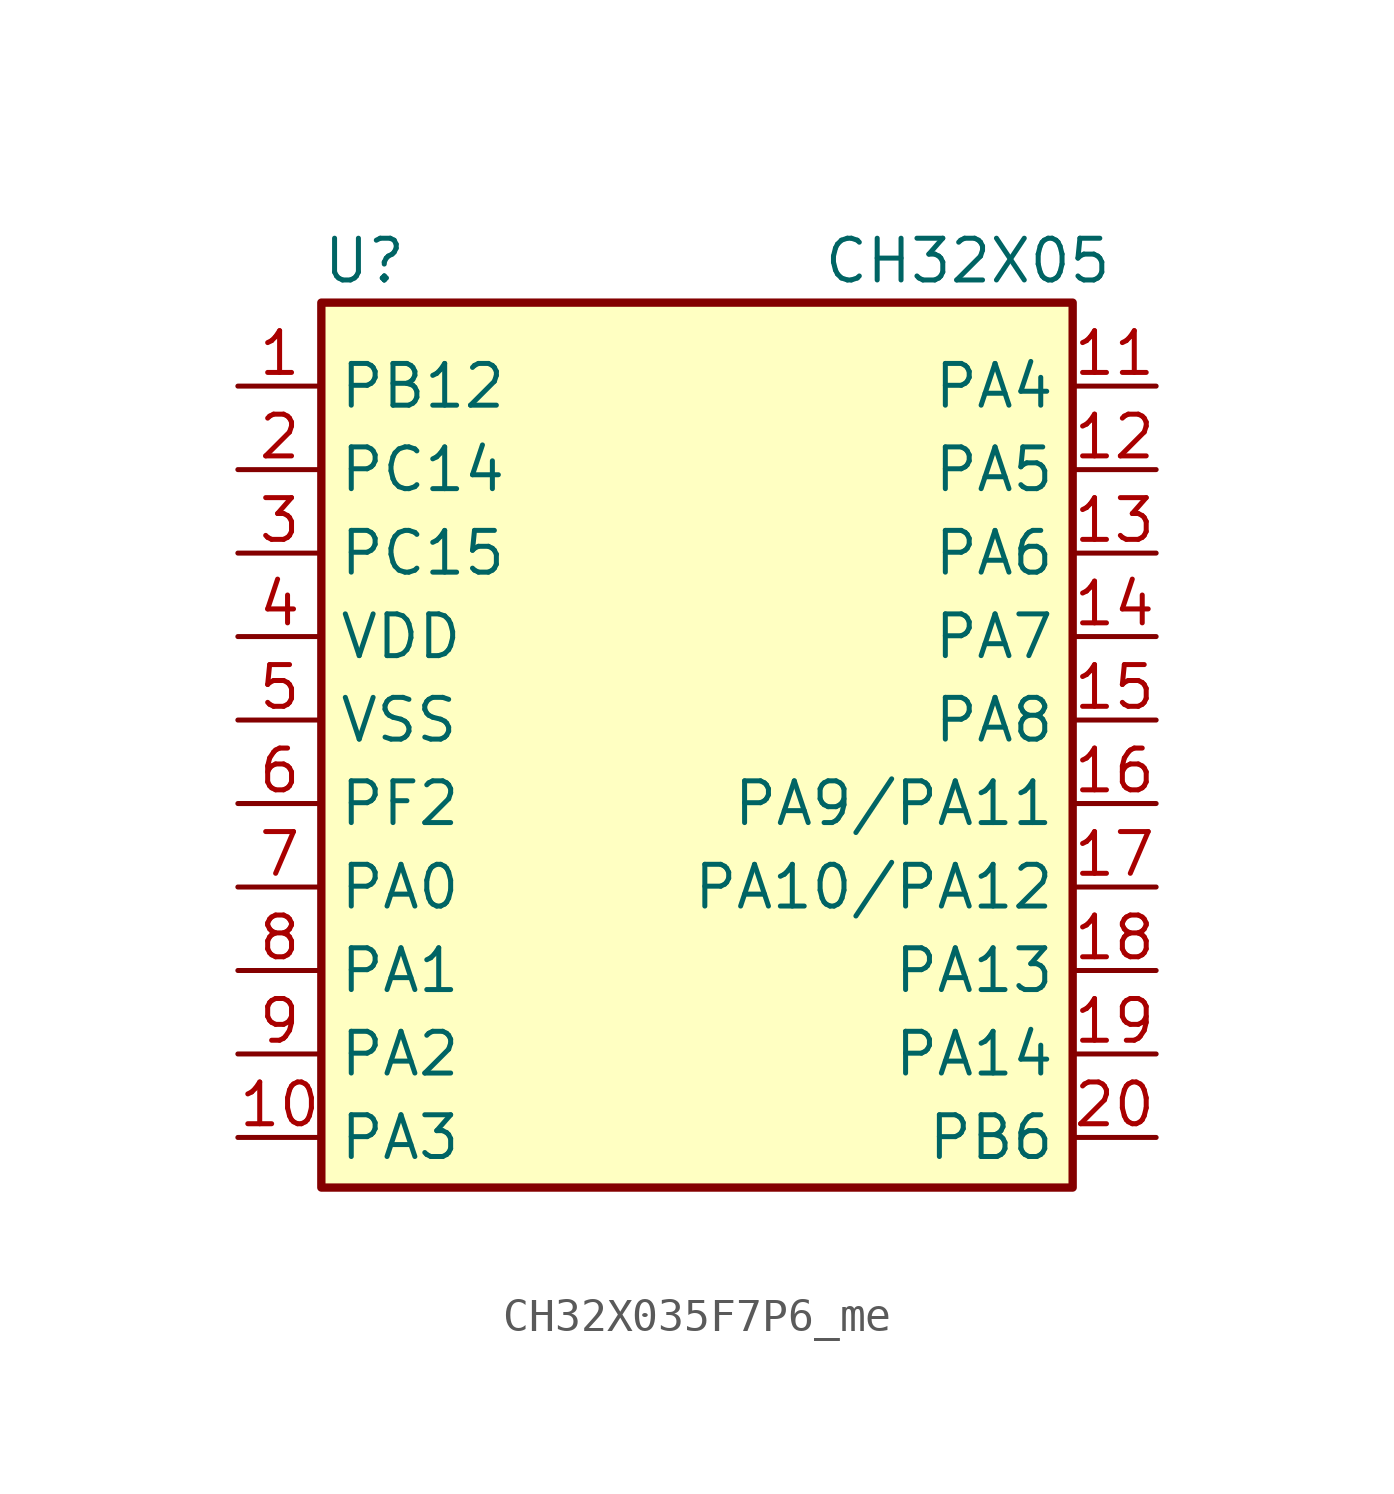
<source format=kicad_sym>
(kicad_symbol_lib
  (version 20231120)
  (generator "kicad_symbol_editor")
  (generator_version "8.0")
  (symbol "CH32X035F7P6_me"
    (property "Reference" "U"
      (at -10.16 21.59 0)
      (effects (font (size 1.27 1.27)) (justify left)))
    (property "Value" "CH32X05"
      (at 5.08 21.59 0)
      (effects (font (size 1.27 1.27)) (justify left)))
    (property "ki_locked" ""
      (at 0 0 0)
      (effects (font (size 1.27 1.27))))
    (symbol "CH32X035F7P6_me_0_1"
      (rectangle (start -10.16 20.32) (end 12.7 -6.604) (stroke (width 0.254) (type default)) (fill (type background))))
    (symbol "CH32X035F7P6_me_1_1"
      (pin bidirectional line (at -12.7 17.78 0) (length 2.54) (name "PB12" (effects (font (size 1.27 1.27)))) (number "1" (effects (font (size 1.27 1.27)))) (alternate "I2C1_SCL" bidirectional line) (alternate "I2C1_SDA" bidirectional line) (alternate "RTC_REFIN" bidirectional line) (alternate "TIM16_CH1" bidirectional line) (alternate "TIM17_CH1N" bidirectional line) (alternate "TIM1_CH4" bidirectional line) (alternate "TIM3_CH1" bidirectional line) (alternate "TIM3_CH4" bidirectional line) (alternate "USART1_RX" bidirectional line) (alternate "USART2_CTS" bidirectional line) (alternate "USART2_NSS" bidirectional line))
      (pin bidirectional line (at -12.7 -5.08 0) (length 2.54) (name "PA3" (effects (font (size 1.27 1.27)))) (number "10" (effects (font (size 1.27 1.27)))) (alternate "ADC1_IN3" bidirectional line) (alternate "TIM1_CH1N" bidirectional line) (alternate "TIM1_CH4" bidirectional line) (alternate "USART2_RX" bidirectional line))
      (pin bidirectional line (at 15.24 17.78 180) (length 2.54) (name "PA4" (effects (font (size 1.27 1.27)))) (number "11" (effects (font (size 1.27 1.27)))) (alternate "ADC1_IN4" bidirectional line) (alternate "I2S1_WS" bidirectional line) (alternate "PWR_WKUP2" bidirectional line) (alternate "RTC_OUT1" bidirectional line) (alternate "RTC_TS" bidirectional line) (alternate "SPI1_NSS" bidirectional line) (alternate "TIM14_CH1" bidirectional line) (alternate "TIM17_CH1N" bidirectional line) (alternate "TIM1_CH2N" bidirectional line) (alternate "USART2_TX" bidirectional line))
      (pin bidirectional line (at 15.24 15.24 180) (length 2.54) (name "PA5" (effects (font (size 1.27 1.27)))) (number "12" (effects (font (size 1.27 1.27)))) (alternate "ADC1_IN5" bidirectional line) (alternate "I2S1_CK" bidirectional line) (alternate "SPI1_SCK" bidirectional line) (alternate "TIM1_CH1" bidirectional line) (alternate "TIM1_CH3N" bidirectional line) (alternate "USART2_RX" bidirectional line))
      (pin bidirectional line (at 15.24 12.7 180) (length 2.54) (name "PA6" (effects (font (size 1.27 1.27)))) (number "13" (effects (font (size 1.27 1.27)))) (alternate "ADC1_IN6" bidirectional line) (alternate "I2S1_MCK" bidirectional line) (alternate "SPI1_MISO" bidirectional line) (alternate "TIM16_CH1" bidirectional line) (alternate "TIM1_BKIN" bidirectional line) (alternate "TIM3_CH1" bidirectional line))
      (pin bidirectional line (at 15.24 10.16 180) (length 2.54) (name "PA7" (effects (font (size 1.27 1.27)))) (number "14" (effects (font (size 1.27 1.27)))) (alternate "ADC1_IN7" bidirectional line) (alternate "I2S1_SD" bidirectional line) (alternate "SPI1_MOSI" bidirectional line) (alternate "TIM14_CH1" bidirectional line) (alternate "TIM17_CH1" bidirectional line) (alternate "TIM1_CH1N" bidirectional line) (alternate "TIM3_CH2" bidirectional line))
      (pin bidirectional line (at 15.24 7.62 180) (length 2.54) (name "PA8" (effects (font (size 1.27 1.27)))) (number "15" (effects (font (size 1.27 1.27)))) (alternate "ADC1_IN8" bidirectional line) (alternate "I2S1_WS" bidirectional line) (alternate "RCC_MCO" bidirectional line) (alternate "RCC_MCO_2" bidirectional line) (alternate "SPI1_NSS" bidirectional line) (alternate "TIM14_CH1" bidirectional line) (alternate "TIM1_CH1" bidirectional line) (alternate "TIM1_CH2N" bidirectional line) (alternate "TIM1_CH3N" bidirectional line) (alternate "TIM3_CH3" bidirectional line) (alternate "TIM3_CH4" bidirectional line) (alternate "USART1_RX" bidirectional line) (alternate "USART2_TX" bidirectional line))
      (pin bidirectional line (at 15.24 5.08 180) (length 2.54) (name "PA9/PA11" (effects (font (size 1.27 1.27)))) (number "16" (effects (font (size 1.27 1.27)))) (alternate "I2C1_SCL" bidirectional line) (alternate "RCC_MCO" bidirectional line) (alternate "TIM1_CH2" bidirectional line) (alternate "TIM3_ETR" bidirectional line) (alternate "USART1_TX" bidirectional line))
      (pin bidirectional line (at 15.24 2.54 180) (length 2.54) (name "PA10/PA12" (effects (font (size 1.27 1.27)))) (number "17" (effects (font (size 1.27 1.27)))) (alternate "I2C1_SDA" bidirectional line) (alternate "RCC_MCO_2" bidirectional line) (alternate "TIM17_BKIN" bidirectional line) (alternate "TIM1_CH3" bidirectional line) (alternate "USART1_RX" bidirectional line))
      (pin bidirectional line (at 15.24 0 180) (length 2.54) (name "PA13" (effects (font (size 1.27 1.27)))) (number "18" (effects (font (size 1.27 1.27)))) (alternate "ADC1_IN13" bidirectional line) (alternate "DEBUG_SWDIO" bidirectional line) (alternate "IR_OUT" bidirectional line) (alternate "TIM3_ETR" bidirectional line) (alternate "USART2_RX" bidirectional line))
      (pin bidirectional line (at 15.24 -2.54 180) (length 2.54) (name "PA14" (effects (font (size 1.27 1.27)))) (number "19" (effects (font (size 1.27 1.27)))) (alternate "ADC1_IN14" bidirectional line) (alternate "DEBUG_SWCLK" bidirectional line) (alternate "I2S1_WS" bidirectional line) (alternate "RCC_MCO_2" bidirectional line) (alternate "SPI1_NSS" bidirectional line) (alternate "TIM1_CH1" bidirectional line) (alternate "USART1_CK" bidirectional line) (alternate "USART1_DE" bidirectional line) (alternate "USART1_RTS" bidirectional line) (alternate "USART2_RX" bidirectional line) (alternate "USART2_TX" bidirectional line))
      (pin bidirectional line (at -12.7 15.24 0) (length 2.54) (name "PC14" (effects (font (size 1.27 1.27)))) (number "2" (effects (font (size 1.27 1.27)))) (alternate "I2C1_SDA" bidirectional line) (alternate "IR_OUT" bidirectional line) (alternate "RCC_OSCX_IN" bidirectional line) (alternate "TIM17_CH1" bidirectional line) (alternate "TIM1_BKIN2" bidirectional line) (alternate "TIM1_ETR" bidirectional line) (alternate "TIM3_CH2" bidirectional line) (alternate "USART1_TX" bidirectional line) (alternate "USART2_CK" bidirectional line) (alternate "USART2_DE" bidirectional line) (alternate "USART2_RTS" bidirectional line))
      (pin bidirectional line (at 15.24 -5.08 180) (length 2.54) (name "PB6" (effects (font (size 1.27 1.27)))) (number "20" (effects (font (size 1.27 1.27)))) (alternate "I2C1_SCL" bidirectional line) (alternate "I2C1_SMBA" bidirectional line) (alternate "I2S1_CK" bidirectional line) (alternate "I2S1_MCK" bidirectional line) (alternate "I2S1_SD" bidirectional line) (alternate "PWR_WKUP3" bidirectional line) (alternate "SPI1_MISO" bidirectional line) (alternate "SPI1_MOSI" bidirectional line) (alternate "SPI1_SCK" bidirectional line) (alternate "TIM16_BKIN" bidirectional line) (alternate "TIM16_CH1N" bidirectional line) (alternate "TIM17_BKIN" bidirectional line) (alternate "TIM1_CH2" bidirectional line) (alternate "TIM1_CH3" bidirectional line) (alternate "TIM3_CH1" bidirectional line) (alternate "TIM3_CH2" bidirectional line) (alternate "TIM3_CH3" bidirectional line) (alternate "USART1_CK" bidirectional line) (alternate "USART1_CTS" bidirectional line) (alternate "USART1_DE" bidirectional line) (alternate "USART1_NSS" bidirectional line) (alternate "USART1_RTS" bidirectional line) (alternate "USART1_TX" bidirectional line))
      (pin bidirectional line (at -12.7 12.7 0) (length 2.54) (name "PC15" (effects (font (size 1.27 1.27)))) (number "3" (effects (font (size 1.27 1.27)))) (alternate "RCC_OSC32_EN" bidirectional line) (alternate "RCC_OSCX_OUT" bidirectional line) (alternate "RCC_OSC_EN" bidirectional line) (alternate "TIM1_ETR" bidirectional line) (alternate "TIM3_CH3" bidirectional line))
      (pin power_in line (at -12.7 10.16 0) (length 2.54) (name "VDD" (effects (font (size 1.27 1.27)))) (number "4" (effects (font (size 1.27 1.27)))))
      (pin power_in line (at -12.7 7.62 0) (length 2.54) (name "VSS" (effects (font (size 1.27 1.27)))) (number "5" (effects (font (size 1.27 1.27)))))
      (pin bidirectional line (at -12.7 5.08 0) (length 2.54) (name "PF2" (effects (font (size 1.27 1.27)))) (number "6" (effects (font (size 1.27 1.27)))) (alternate "RCC_MCO" bidirectional line) (alternate "TIM1_CH4" bidirectional line))
      (pin bidirectional line (at -12.7 2.54 0) (length 2.54) (name "PA0" (effects (font (size 1.27 1.27)))) (number "7" (effects (font (size 1.27 1.27)))) (alternate "ADC1_IN0" bidirectional line) (alternate "PWR_WKUP1" bidirectional line) (alternate "TIM16_CH1" bidirectional line) (alternate "TIM1_CH1" bidirectional line) (alternate "USART1_TX" bidirectional line) (alternate "USART2_CTS" bidirectional line) (alternate "USART2_NSS" bidirectional line))
      (pin bidirectional line (at -12.7 0 0) (length 2.54) (name "PA1" (effects (font (size 1.27 1.27)))) (number "8" (effects (font (size 1.27 1.27)))) (alternate "ADC1_IN1" bidirectional line) (alternate "I2C1_SMBA" bidirectional line) (alternate "I2S1_CK" bidirectional line) (alternate "SPI1_SCK" bidirectional line) (alternate "TIM17_CH1" bidirectional line) (alternate "TIM1_CH2" bidirectional line) (alternate "USART1_RX" bidirectional line) (alternate "USART2_CK" bidirectional line) (alternate "USART2_DE" bidirectional line) (alternate "USART2_RTS" bidirectional line))
      (pin bidirectional line (at -12.7 -2.54 0) (length 2.54) (name "PA2" (effects (font (size 1.27 1.27)))) (number "9" (effects (font (size 1.27 1.27)))) (alternate "ADC1_IN2" bidirectional line) (alternate "I2S1_SD" bidirectional line) (alternate "PWR_WKUP4" bidirectional line) (alternate "RCC_LSCO" bidirectional line) (alternate "SPI1_MOSI" bidirectional line) (alternate "TIM16_CH1N" bidirectional line) (alternate "TIM1_CH3" bidirectional line) (alternate "TIM3_ETR" bidirectional line) (alternate "USART2_TX" bidirectional line)))))
</source>
